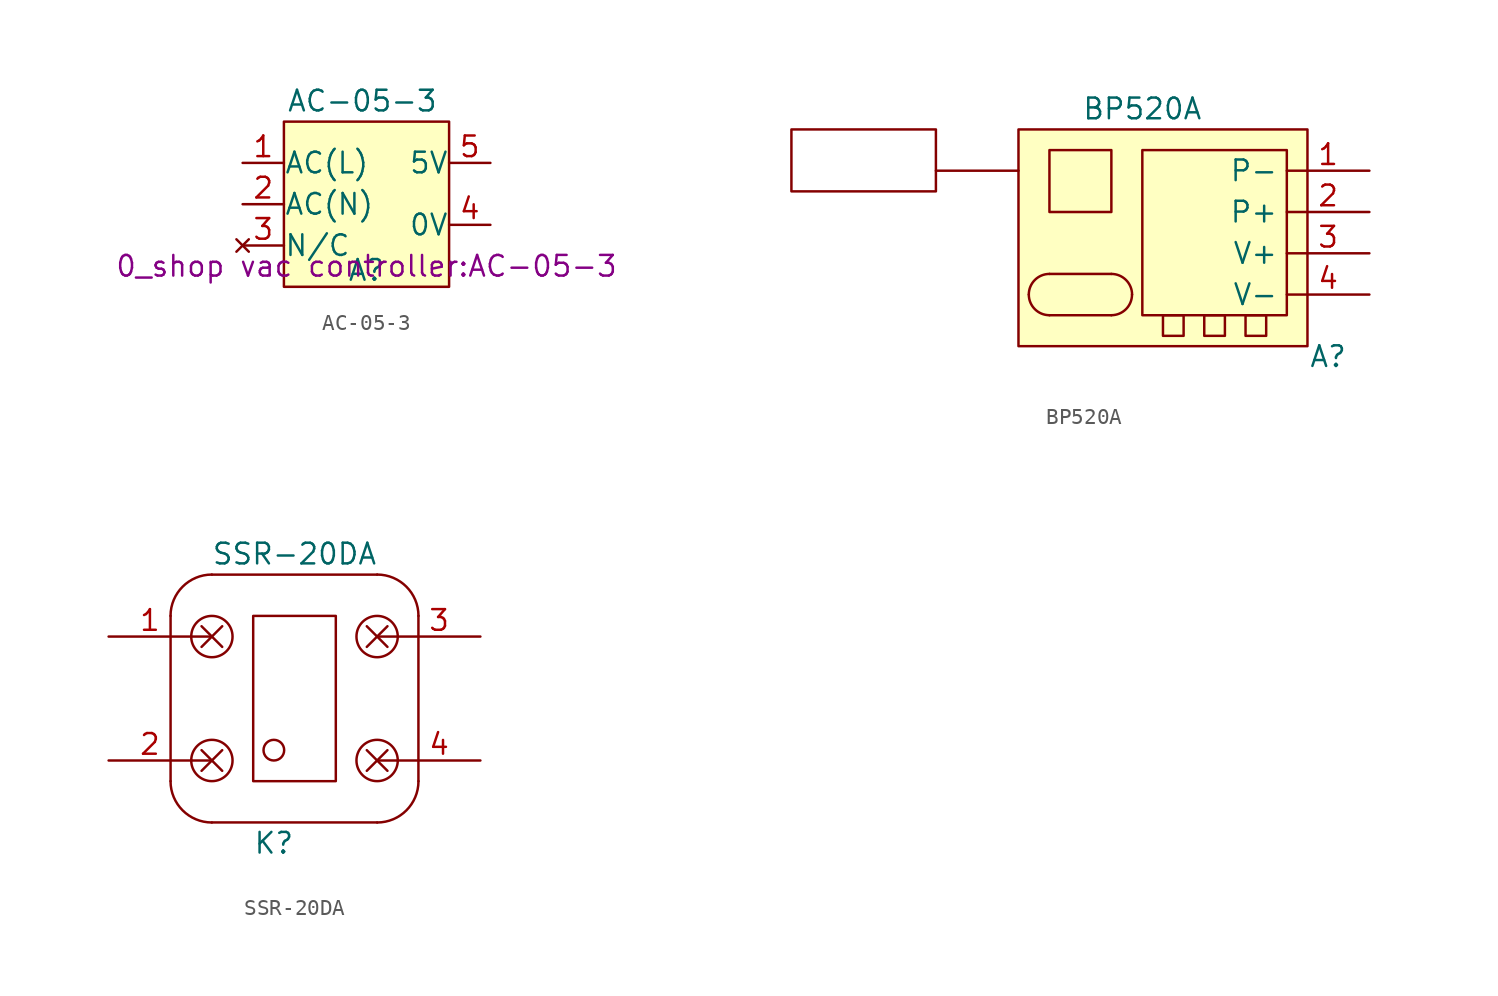
<source format=kicad_sym>
(kicad_symbol_lib
  (version 20231120)
  (generator "kicad_symbol_editor")
  (generator_version "8.0")
  (symbol "AC-05-3"
    (pin_names
      (offset 0.002))
    (property "Reference" "A"
      (at 0 -0.254 0)
      (effects (font (size 1.27 1.27))))
    (property "Value" "AC-05-3"
      (at -0.254 10.16 0)
      (effects (font (size 1.27 1.27))))
    (property "Footprint" "0_shop vac controller:AC-05-3"
      (at 0 0 0)
      (effects (font (size 1.27 1.27))))
    (symbol "AC-05-3_1_1"
      (rectangle (start -5.08 8.89) (end 5.08 -1.27) (stroke (width 0) (type default)) (fill (type background)))
      (pin power_in line (at -7.62 6.35 0) (length 2.54) (name "AC(L)" (effects (font (size 1.27 1.27)))) (number "1" (effects (font (size 1.27 1.27)))))
      (pin power_in line (at -7.62 3.81 0) (length 2.54) (name "AC(N)" (effects (font (size 1.27 1.27)))) (number "2" (effects (font (size 1.27 1.27)))))
      (pin no_connect line (at -7.62 1.27 0) (length 2.54) (name "N/C" (effects (font (size 1.27 1.27)))) (number "3" (effects (font (size 1.27 1.27)))))
      (pin output line (at 7.62 2.54 180) (length 2.54) (name "0V" (effects (font (size 1.27 1.27)))) (number "4" (effects (font (size 1.27 1.27)))))
      (pin output line (at 7.62 6.35 180) (length 2.54) (name "5V" (effects (font (size 1.27 1.27)))) (number "5" (effects (font (size 1.27 1.27)))))))
  (symbol "BP520A"
    (property "Reference" "A"
      (at 2.54 -7.62 0)
      (effects (font (size 1.27 1.27))))
    (property "Value" "BP520A"
      (at -8.89 7.62 0)
      (effects (font (size 1.27 1.27))))
    (symbol "BP520A_0_1"
      (rectangle (start -30.48 6.35) (end -21.59 2.54) (stroke (width 0) (type default)) (fill (type none)))
      (arc (start -15.875 -3.81) (mid -15.503 -4.708) (end -14.605 -5.08) (stroke (width 0) (type default)) (fill (type none)))
      (arc (start -14.605 -2.54) (mid -15.503 -2.912) (end -15.875 -3.81) (stroke (width 0) (type default)) (fill (type none)))
      (rectangle (start -14.605 5.08) (end -10.795 1.27) (stroke (width 0) (type default)) (fill (type none)))
      (arc (start -10.795 -5.08) (mid -9.897 -4.708) (end -9.525 -3.81) (stroke (width 0) (type default)) (fill (type none)))
      (arc (start -9.525 -3.81) (mid -9.897 -2.912) (end -10.795 -2.54) (stroke (width 0) (type default)) (fill (type none)))
      (rectangle (start -7.62 -5.08) (end -6.35 -6.35) (stroke (width 0) (type default)) (fill (type none)))
      (rectangle (start -5.08 -5.08) (end -3.81 -6.35) (stroke (width 0) (type default)) (fill (type none)))
      (rectangle (start -2.54 -5.08) (end -1.27 -6.35) (stroke (width 0) (type default)) (fill (type none)))
      (polyline (pts (xy -21.59 3.81) (xy -16.51 3.81)) (stroke (width 0) (type default)) (fill (type none)))
      (polyline (pts (xy -14.605 -2.54) (xy -10.795 -2.54)) (stroke (width 0) (type default)) (fill (type none)))
      (polyline (pts (xy -14.605 -5.08) (xy -10.795 -5.08) (xy -10.795 -5.08)) (stroke (width 0) (type default)) (fill (type none))))
    (symbol "BP520A_1_1"
      (rectangle (start -16.51 6.35) (end 1.27 -6.985) (stroke (width 0) (type default)) (fill (type background)))
      (rectangle (start -8.89 5.08) (end 0 -5.08) (stroke (width 0) (type default)) (fill (type none)))
      (pin output line (at 5.08 3.81 180) (length 5.08) (name "P-" (effects (font (size 1.27 1.27)))) (number "1" (effects (font (size 1.27 1.27)))))
      (pin output line (at 5.08 1.27 180) (length 5.08) (name "P+" (effects (font (size 1.27 1.27)))) (number "2" (effects (font (size 1.27 1.27)))))
      (pin power_in line (at 5.08 -1.27 180) (length 5.08) (name "V+" (effects (font (size 1.27 1.27)))) (number "3" (effects (font (size 1.27 1.27)))))
      (pin power_in line (at 5.08 -3.81 180) (length 5.08) (name "V-" (effects (font (size 1.27 1.27)))) (number "4" (effects (font (size 1.27 1.27)))))))
  (symbol "SSR-20DA"
    (property "Reference" "K"
      (at -1.27 -8.89 0)
      (effects (font (size 1.27 1.27))))
    (property "Value" "SSR-20DA"
      (at 0 8.89 0)
      (effects (font (size 1.27 1.27))))
    (symbol "SSR-20DA_0_1"
      (arc (start -7.6225 -5.0825) (mid -6.8778 -6.8778) (end -5.0825 -7.6225) (stroke (width 0) (type default)) (fill (type none)))
      (arc (start -5.0827 7.6227) (mid -6.878 6.878) (end -7.6227 5.0827) (stroke (width 0) (type default)) (fill (type none)))
      (circle (center -5.08 -3.81) (radius 1.27) (stroke (width 0) (type default)) (fill (type none)))
      (circle (center -5.08 3.81) (radius 1.27) (stroke (width 0) (type default)) (fill (type none)))
      (rectangle (start -2.54 5.08) (end 2.54 -5.08) (stroke (width 0) (type default)) (fill (type none)))
      (circle (center -1.27 -3.175) (radius 0.635) (stroke (width 0) (type default)) (fill (type none)))
      (polyline (pts (xy -7.62 -5.08) (xy -7.62 5.08)) (stroke (width 0) (type default)) (fill (type none)))
      (polyline (pts (xy -6.35 -3.81) (xy -6.35 -3.81)) (stroke (width 0) (type default)) (fill (type none)))
      (polyline (pts (xy -6.35 -3.81) (xy -5.08 -3.81)) (stroke (width 0) (type default)) (fill (type none)))
      (polyline (pts (xy -6.35 3.81) (xy -5.08 3.81)) (stroke (width 0) (type default)) (fill (type none)))
      (polyline (pts (xy -4.445 -4.445) (xy -5.715 -3.175)) (stroke (width 0) (type default)) (fill (type none)))
      (polyline (pts (xy -4.445 -3.175) (xy -5.715 -4.445)) (stroke (width 0) (type default)) (fill (type none)))
      (polyline (pts (xy -4.445 3.175) (xy -5.715 4.445)) (stroke (width 0) (type default)) (fill (type none)))
      (polyline (pts (xy -4.445 4.445) (xy -5.715 3.175)) (stroke (width 0) (type default)) (fill (type none)))
      (polyline (pts (xy 4.445 3.175) (xy 5.715 4.445)) (stroke (width 0) (type default)) (fill (type none)))
      (polyline (pts (xy 4.445 4.445) (xy 5.715 3.175)) (stroke (width 0) (type default)) (fill (type none)))
      (polyline (pts (xy 5.08 -7.62) (xy -5.08 -7.62)) (stroke (width 0) (type default)) (fill (type none)))
      (polyline (pts (xy 5.715 -4.445) (xy 4.445 -3.175)) (stroke (width 0) (type default)) (fill (type none)))
      (polyline (pts (xy 5.715 -3.175) (xy 4.445 -4.445)) (stroke (width 0) (type default)) (fill (type none)))
      (polyline (pts (xy 6.35 -3.81) (xy 5.08 -3.81)) (stroke (width 0) (type default)) (fill (type none)))
      (polyline (pts (xy 6.35 3.81) (xy 5.08 3.81)) (stroke (width 0) (type default)) (fill (type none)))
      (polyline (pts (xy 7.62 5.08) (xy 7.62 -5.08)) (stroke (width 0) (type default)) (fill (type none)))
      (circle (center 5.08 -3.81) (radius 1.27) (stroke (width 0) (type default)) (fill (type none)))
      (circle (center 5.08 3.81) (radius 1.27) (stroke (width 0) (type default)) (fill (type none)))
      (arc (start 5.0827 -7.6227) (mid 6.878 -6.878) (end 7.6227 -5.0827) (stroke (width 0) (type default)) (fill (type none)))
      (arc (start 7.6229 5.0829) (mid 6.8781 6.8781) (end 5.0829 7.6229) (stroke (width 0) (type default)) (fill (type none))))
    (symbol "SSR-20DA_1_1"
      (polyline (pts (xy -5.08 7.62) (xy 5.08 7.62)) (stroke (width 0) (type default)) (fill (type background)))
      (pin input line (at -11.43 3.81 0) (length 5.08) (name "" (effects (font (size 1.27 1.27)))) (number "1" (effects (font (size 1.27 1.27)))))
      (pin input line (at -11.43 -3.81 0) (length 5.08) (name "" (effects (font (size 1.27 1.27)))) (number "2" (effects (font (size 1.27 1.27)))))
      (pin output line (at 11.43 3.81 180) (length 5.08) (name "" (effects (font (size 1.27 1.27)))) (number "3" (effects (font (size 1.27 1.27)))))
      (pin output line (at 11.43 -3.81 180) (length 5.08) (name "" (effects (font (size 1.27 1.27)))) (number "4" (effects (font (size 1.27 1.27))))))))
</source>
